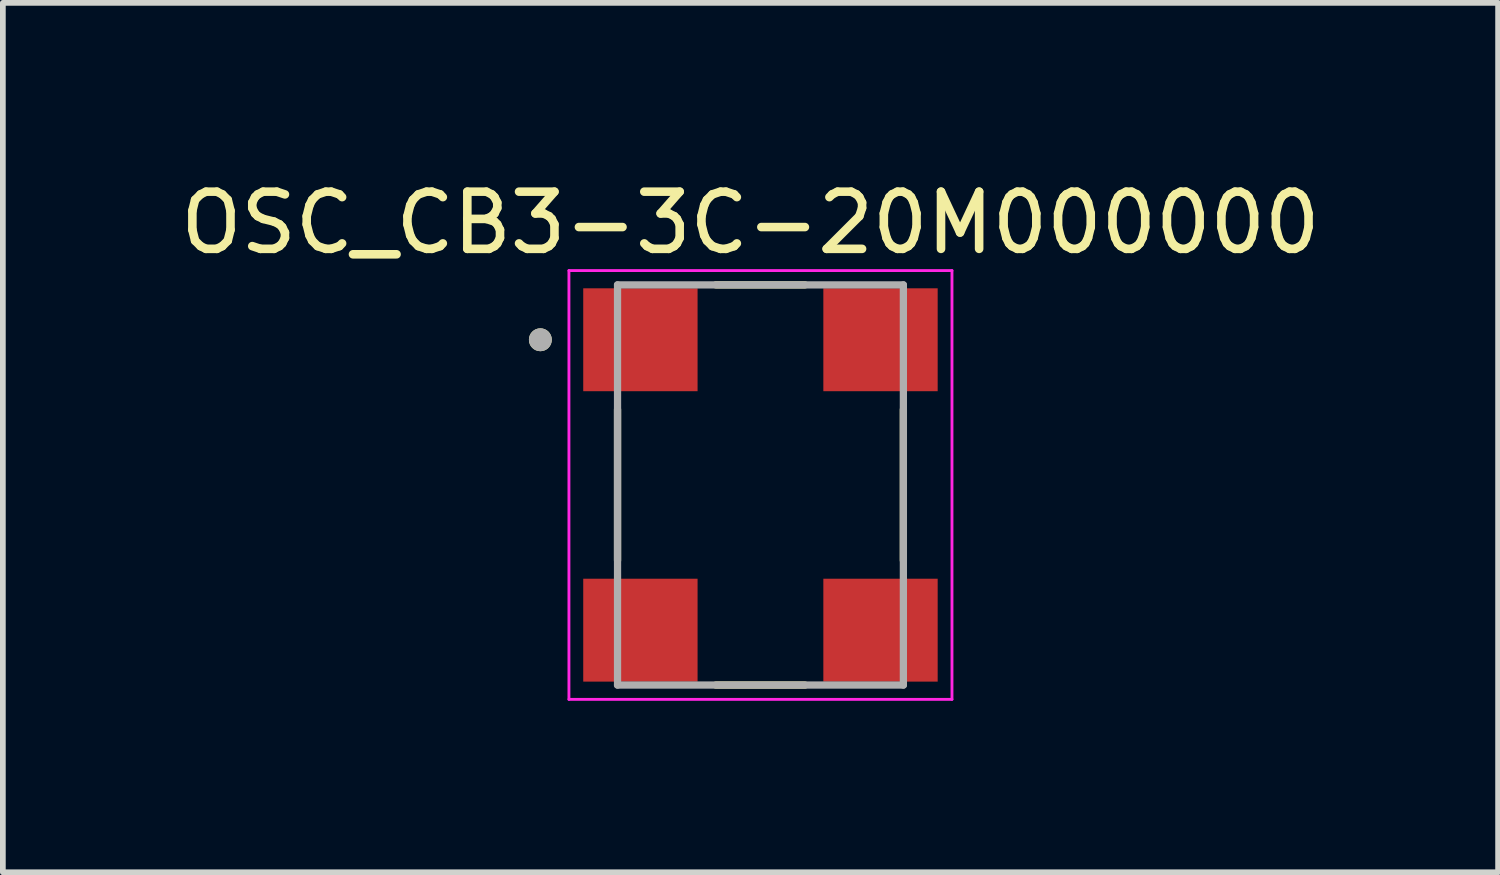
<source format=kicad_pcb>
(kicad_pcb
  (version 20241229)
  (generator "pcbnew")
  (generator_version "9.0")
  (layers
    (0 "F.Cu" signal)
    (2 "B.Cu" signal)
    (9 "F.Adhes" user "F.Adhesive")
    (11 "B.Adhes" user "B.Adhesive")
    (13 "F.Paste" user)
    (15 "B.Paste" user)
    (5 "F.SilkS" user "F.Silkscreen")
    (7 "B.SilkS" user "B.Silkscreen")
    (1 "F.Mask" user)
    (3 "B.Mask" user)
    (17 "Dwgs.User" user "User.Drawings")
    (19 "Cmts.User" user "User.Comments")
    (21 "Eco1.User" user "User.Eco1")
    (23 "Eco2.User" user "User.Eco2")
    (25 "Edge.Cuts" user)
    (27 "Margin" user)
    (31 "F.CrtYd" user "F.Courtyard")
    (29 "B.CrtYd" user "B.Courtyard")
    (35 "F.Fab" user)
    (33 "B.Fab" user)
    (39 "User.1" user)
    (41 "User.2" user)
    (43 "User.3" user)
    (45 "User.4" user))
  (footprint "OSC_CB3-3C-20M000000"
    (layer "F.Cu")
    (at 10.252 5.433)
    (property "Reference" "OSC_CB3-3C-20M000000" (at -0.175 -4.585 0) (layer "F.SilkS") (effects (font (size 1 1) (thickness 0.15))))
    (attr smd)
    (fp_line (start -2.5 -1.32) (end -2.5 1.32) (stroke (width 0.127) (type solid)) (layer "F.SilkS"))
    (fp_line (start -0.78 -3.5) (end 0.78 -3.5) (stroke (width 0.127) (type solid)) (layer "F.SilkS"))
    (fp_line (start -0.78 3.5) (end 0.78 3.5) (stroke (width 0.127) (type solid)) (layer "F.SilkS"))
    (fp_line (start 2.5 -1.32) (end 2.5 1.32) (stroke (width 0.127) (type solid)) (layer "F.SilkS"))
    (fp_circle (center -3.85 -2.54) (end -3.75 -2.54) (stroke (width 0.2) (type solid)) (fill no) (layer "F.SilkS"))
    (fp_line (start -3.35 -3.75) (end -3.35 3.75) (stroke (width 0.05) (type solid)) (layer "F.CrtYd"))
    (fp_line (start -3.35 -3.75) (end 3.35 -3.75) (stroke (width 0.05) (type solid)) (layer "F.CrtYd"))
    (fp_line (start 3.35 -3.75) (end 3.35 3.75) (stroke (width 0.05) (type solid)) (layer "F.CrtYd"))
    (fp_line (start 3.35 3.75) (end -3.35 3.75) (stroke (width 0.05) (type solid)) (layer "F.CrtYd"))
    (fp_line (start -2.5 -3.5) (end -2.5 3.5) (stroke (width 0.127) (type solid)) (layer "F.Fab"))
    (fp_line (start -2.5 -3.5) (end 2.5 -3.5) (stroke (width 0.127) (type solid)) (layer "F.Fab"))
    (fp_line (start 2.5 -3.5) (end 2.5 3.5) (stroke (width 0.127) (type solid)) (layer "F.Fab"))
    (fp_line (start 2.5 3.5) (end -2.5 3.5) (stroke (width 0.127) (type solid)) (layer "F.Fab"))
    (fp_circle (center -3.85 -2.54) (end -3.75 -2.54) (stroke (width 0.2) (type solid)) (fill no) (layer "F.Fab"))
    (pad "1" smd rect (at -2.1 -2.54) (size 2 1.8) (layers "F.Cu" "F.Mask" "F.Paste"))
    (pad "2" smd rect (at -2.1 2.54) (size 2 1.8) (layers "F.Cu" "F.Mask" "F.Paste"))
    (pad "3" smd rect (at 2.1 2.54) (size 2 1.8) (layers "F.Cu" "F.Mask" "F.Paste"))
    (pad "4" smd rect (at 2.1 -2.54) (size 2 1.8) (layers "F.Cu" "F.Mask" "F.Paste")))
  (gr_rect
    (start -3 -3)
    (end 23.155 12.208)
    (stroke (width 0.1) (type default))
    (fill no)
    (layer "Edge.Cuts")))
</source>
